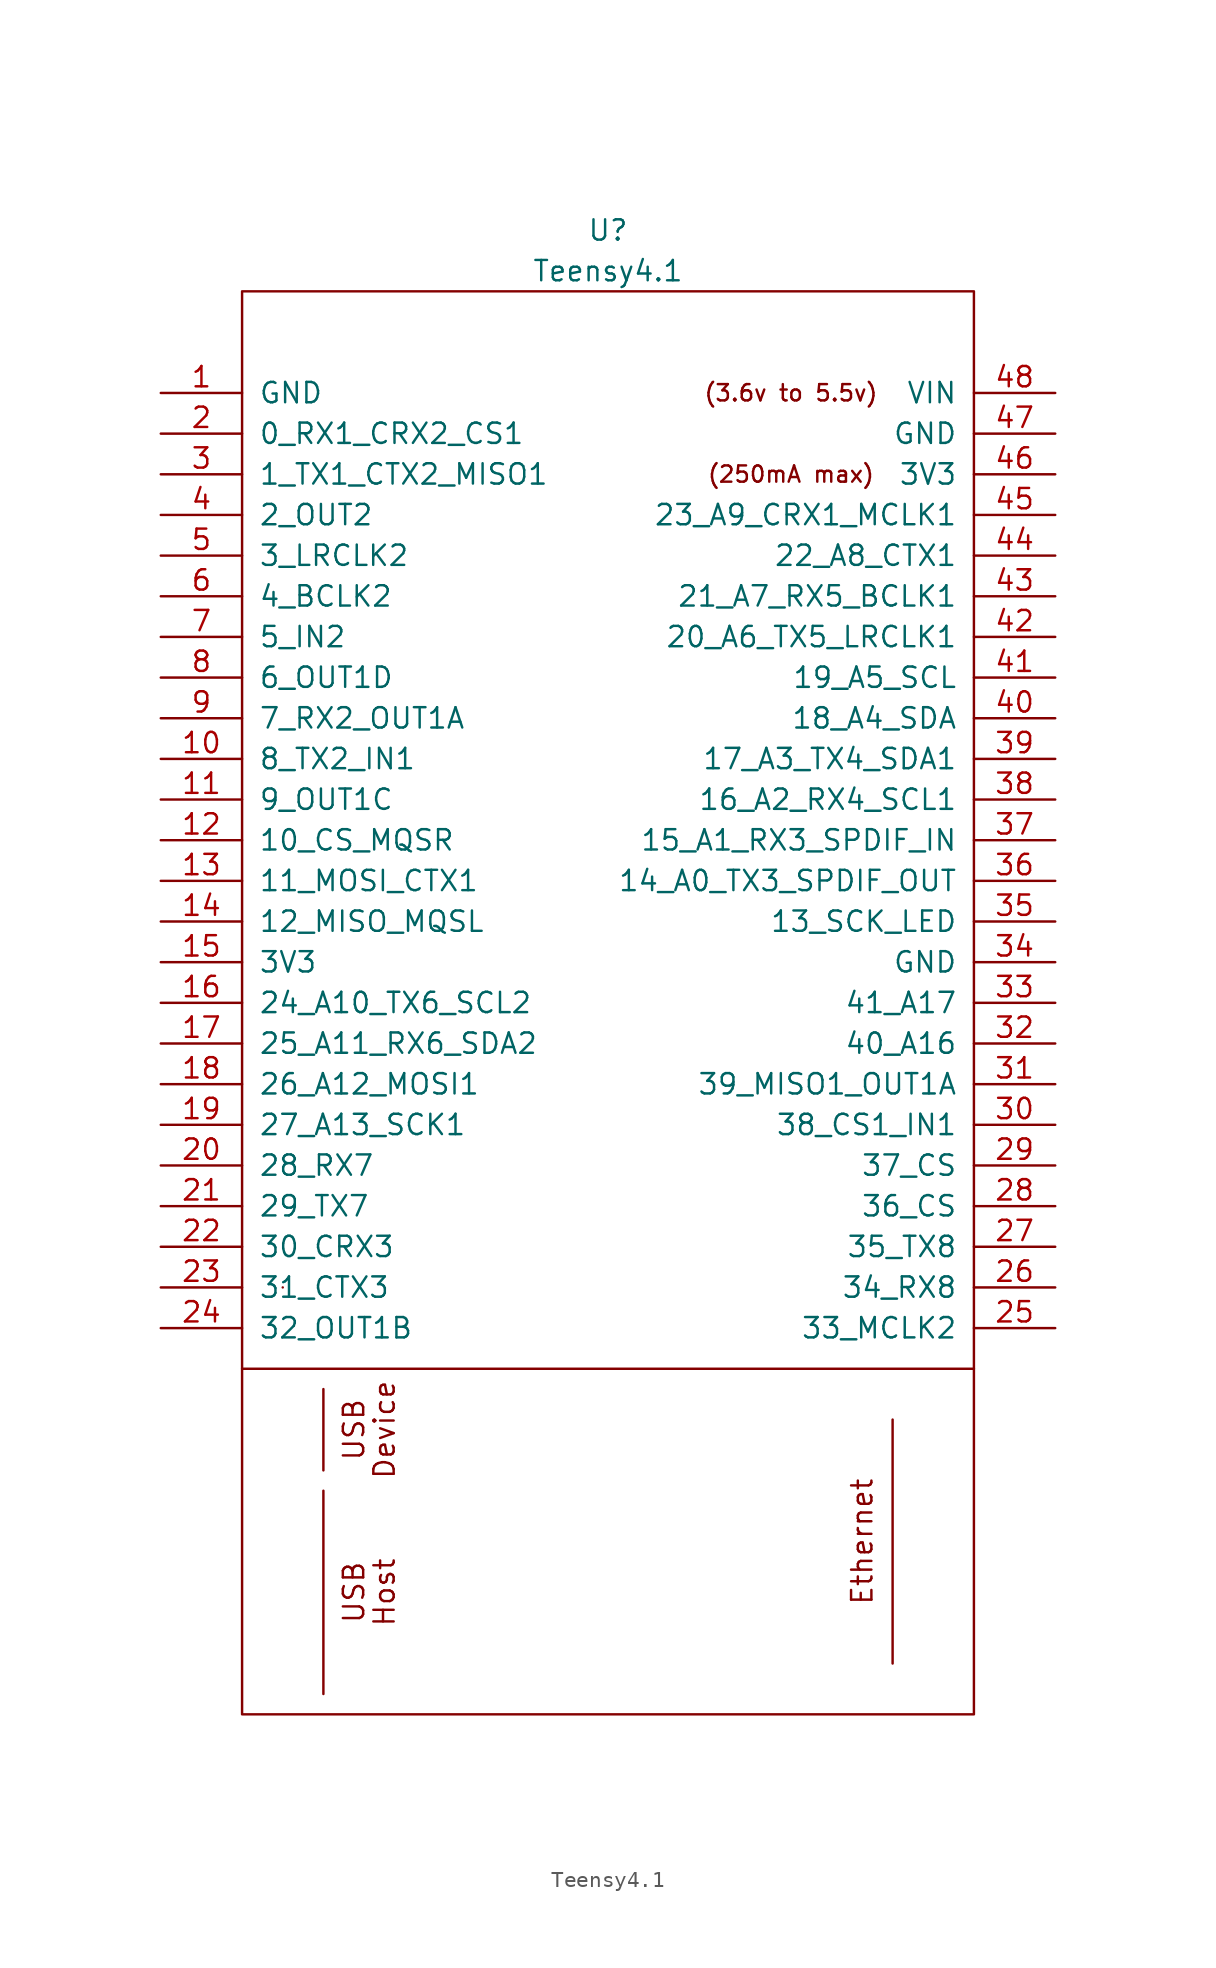
<source format=kicad_sym>
(kicad_symbol_lib
  (version 20220331)
  (generator kicad_symbol_editor)
  (symbol "Teensy4.1"
    (pin_names
      (offset 1.016))
    (property "Reference" "U"
      (at 0 64.77 0)
      (effects (font (size 1.27 1.27))))
    (property "Value" "Teensy4.1"
      (at 0 62.23 0)
      (effects (font (size 1.27 1.27))))
    (symbol "Teensy4.1_0_0"
      (polyline (pts (xy -22.86 -6.35) (xy 22.86 -6.35)) (stroke (width 0) (type solid)) (fill (type none)))
      (polyline (pts (xy -17.78 -26.67) (xy -17.78 -13.97)) (stroke (width 0) (type solid)) (fill (type none)))
      (polyline (pts (xy -17.78 -7.62) (xy -17.78 -12.7)) (stroke (width 0) (type solid)) (fill (type none)))
      (polyline (pts (xy 17.78 -9.525) (xy 17.78 -24.765)) (stroke (width 0) (type solid)) (fill (type none)))
      (text "(250mA max)" (at 11.43 49.53 0) (effects (font (size 1.016 1.016))))
      (text "(3.6v to 5.5v)" (at 11.43 54.61 0) (effects (font (size 1.016 1.016))))
      (text "Device" (at -13.97 -10.16 900) (effects (font (size 1.27 1.27))))
      (text "Ethernet" (at 15.875 -17.145 900) (effects (font (size 1.27 1.27))))
      (text "Host" (at -13.97 -20.32 900) (effects (font (size 1.27 1.27))))
      (text "USB" (at -15.875 -20.32 900) (effects (font (size 1.27 1.27))))
      (text "USB" (at -15.875 -10.16 900) (effects (font (size 1.27 1.27))))
      (pin bidirectional line (at -27.94 31.75 0) (length 5.08) (name "8_TX2_IN1" (effects (font (size 1.27 1.27)))) (number "10" (effects (font (size 1.27 1.27)))))
      (pin bidirectional line (at -27.94 29.21 0) (length 5.08) (name "9_OUT1C" (effects (font (size 1.27 1.27)))) (number "11" (effects (font (size 1.27 1.27)))))
      (pin bidirectional line (at -27.94 26.67 0) (length 5.08) (name "10_CS_MQSR" (effects (font (size 1.27 1.27)))) (number "12" (effects (font (size 1.27 1.27)))))
      (pin bidirectional line (at -27.94 24.13 0) (length 5.08) (name "11_MOSI_CTX1" (effects (font (size 1.27 1.27)))) (number "13" (effects (font (size 1.27 1.27)))))
      (pin bidirectional line (at -27.94 21.59 0) (length 5.08) (name "12_MISO_MQSL" (effects (font (size 1.27 1.27)))) (number "14" (effects (font (size 1.27 1.27)))))
      (pin power_in line (at -27.94 19.05 0) (length 5.08) (name "3V3" (effects (font (size 1.27 1.27)))) (number "15" (effects (font (size 1.27 1.27)))))
      (pin bidirectional line (at -27.94 16.51 0) (length 5.08) (name "24_A10_TX6_SCL2" (effects (font (size 1.27 1.27)))) (number "16" (effects (font (size 1.27 1.27)))))
      (pin bidirectional line (at -27.94 13.97 0) (length 5.08) (name "25_A11_RX6_SDA2" (effects (font (size 1.27 1.27)))) (number "17" (effects (font (size 1.27 1.27)))))
      (pin bidirectional line (at -27.94 11.43 0) (length 5.08) (name "26_A12_MOSI1" (effects (font (size 1.27 1.27)))) (number "18" (effects (font (size 1.27 1.27)))))
      (pin bidirectional line (at -27.94 8.89 0) (length 5.08) (name "27_A13_SCK1" (effects (font (size 1.27 1.27)))) (number "19" (effects (font (size 1.27 1.27)))))
      (pin bidirectional line (at -27.94 6.35 0) (length 5.08) (name "28_RX7" (effects (font (size 1.27 1.27)))) (number "20" (effects (font (size 1.27 1.27)))))
      (pin bidirectional line (at -27.94 3.81 0) (length 5.08) (name "29_TX7" (effects (font (size 1.27 1.27)))) (number "21" (effects (font (size 1.27 1.27)))))
      (pin bidirectional line (at -27.94 1.27 0) (length 5.08) (name "30_CRX3" (effects (font (size 1.27 1.27)))) (number "22" (effects (font (size 1.27 1.27)))))
      (pin bidirectional line (at -27.94 -1.27 0) (length 5.08) (name "31_CTX3" (effects (font (size 1.27 1.27)))) (number "23" (effects (font (size 1.27 1.27)))))
      (pin bidirectional line (at -27.94 -3.81 0) (length 5.08) (name "32_OUT1B" (effects (font (size 1.27 1.27)))) (number "24" (effects (font (size 1.27 1.27)))))
      (pin bidirectional line (at 27.94 -3.81 180) (length 5.08) (name "33_MCLK2" (effects (font (size 1.27 1.27)))) (number "25" (effects (font (size 1.27 1.27)))))
      (pin bidirectional line (at 27.94 -1.27 180) (length 5.08) (name "34_RX8" (effects (font (size 1.27 1.27)))) (number "26" (effects (font (size 1.27 1.27)))))
      (pin bidirectional line (at 27.94 1.27 180) (length 5.08) (name "35_TX8" (effects (font (size 1.27 1.27)))) (number "27" (effects (font (size 1.27 1.27)))))
      (pin bidirectional line (at 27.94 3.81 180) (length 5.08) (name "36_CS" (effects (font (size 1.27 1.27)))) (number "28" (effects (font (size 1.27 1.27)))))
      (pin bidirectional line (at 27.94 6.35 180) (length 5.08) (name "37_CS" (effects (font (size 1.27 1.27)))) (number "29" (effects (font (size 1.27 1.27)))))
      (pin bidirectional line (at 27.94 8.89 180) (length 5.08) (name "38_CS1_IN1" (effects (font (size 1.27 1.27)))) (number "30" (effects (font (size 1.27 1.27)))))
      (pin bidirectional line (at 27.94 11.43 180) (length 5.08) (name "39_MISO1_OUT1A" (effects (font (size 1.27 1.27)))) (number "31" (effects (font (size 1.27 1.27)))))
      (pin bidirectional line (at 27.94 13.97 180) (length 5.08) (name "40_A16" (effects (font (size 1.27 1.27)))) (number "32" (effects (font (size 1.27 1.27)))))
      (pin bidirectional line (at 27.94 16.51 180) (length 5.08) (name "41_A17" (effects (font (size 1.27 1.27)))) (number "33" (effects (font (size 1.27 1.27)))))
      (pin bidirectional line (at 27.94 21.59 180) (length 5.08) (name "13_SCK_LED" (effects (font (size 1.27 1.27)))) (number "35" (effects (font (size 1.27 1.27)))))
      (pin bidirectional line (at 27.94 24.13 180) (length 5.08) (name "14_A0_TX3_SPDIF_OUT" (effects (font (size 1.27 1.27)))) (number "36" (effects (font (size 1.27 1.27)))))
      (pin bidirectional line (at 27.94 26.67 180) (length 5.08) (name "15_A1_RX3_SPDIF_IN" (effects (font (size 1.27 1.27)))) (number "37" (effects (font (size 1.27 1.27)))))
      (pin bidirectional line (at 27.94 29.21 180) (length 5.08) (name "16_A2_RX4_SCL1" (effects (font (size 1.27 1.27)))) (number "38" (effects (font (size 1.27 1.27)))))
      (pin bidirectional line (at 27.94 31.75 180) (length 5.08) (name "17_A3_TX4_SDA1" (effects (font (size 1.27 1.27)))) (number "39" (effects (font (size 1.27 1.27)))))
      (pin bidirectional line (at 27.94 34.29 180) (length 5.08) (name "18_A4_SDA" (effects (font (size 1.27 1.27)))) (number "40" (effects (font (size 1.27 1.27)))))
      (pin bidirectional line (at 27.94 36.83 180) (length 5.08) (name "19_A5_SCL" (effects (font (size 1.27 1.27)))) (number "41" (effects (font (size 1.27 1.27)))))
      (pin bidirectional line (at 27.94 39.37 180) (length 5.08) (name "20_A6_TX5_LRCLK1" (effects (font (size 1.27 1.27)))) (number "42" (effects (font (size 1.27 1.27)))))
      (pin bidirectional line (at 27.94 41.91 180) (length 5.08) (name "21_A7_RX5_BCLK1" (effects (font (size 1.27 1.27)))) (number "43" (effects (font (size 1.27 1.27)))))
      (pin bidirectional line (at 27.94 44.45 180) (length 5.08) (name "22_A8_CTX1" (effects (font (size 1.27 1.27)))) (number "44" (effects (font (size 1.27 1.27)))))
      (pin bidirectional line (at 27.94 46.99 180) (length 5.08) (name "23_A9_CRX1_MCLK1" (effects (font (size 1.27 1.27)))) (number "45" (effects (font (size 1.27 1.27)))))
      (pin output line (at 27.94 49.53 180) (length 5.08) (name "3V3" (effects (font (size 1.27 1.27)))) (number "46" (effects (font (size 1.27 1.27)))))
      (pin output line (at 27.94 52.07 180) (length 5.08) (name "GND" (effects (font (size 1.27 1.27)))) (number "47" (effects (font (size 1.27 1.27)))))
      (pin power_in line (at 27.94 54.61 180) (length 5.08) (name "VIN" (effects (font (size 1.27 1.27)))) (number "48" (effects (font (size 1.27 1.27)))))
      (pin bidirectional line (at -27.94 44.45 0) (length 5.08) (name "3_LRCLK2" (effects (font (size 1.27 1.27)))) (number "5" (effects (font (size 1.27 1.27)))))
      (pin bidirectional line (at -27.94 41.91 0) (length 5.08) (name "4_BCLK2" (effects (font (size 1.27 1.27)))) (number "6" (effects (font (size 1.27 1.27)))))
      (pin bidirectional line (at -27.94 39.37 0) (length 5.08) (name "5_IN2" (effects (font (size 1.27 1.27)))) (number "7" (effects (font (size 1.27 1.27)))))
      (pin bidirectional line (at -27.94 36.83 0) (length 5.08) (name "6_OUT1D" (effects (font (size 1.27 1.27)))) (number "8" (effects (font (size 1.27 1.27)))))
      (pin bidirectional line (at -27.94 34.29 0) (length 5.08) (name "7_RX2_OUT1A" (effects (font (size 1.27 1.27)))) (number "9" (effects (font (size 1.27 1.27))))))
    (symbol "Teensy4.1_0_1"
      (rectangle (start -22.86 60.96) (end 22.86 -27.94) (stroke (width 0) (type solid)) (fill (type none)))
      (rectangle (start -20.32 -1.27) (end -20.32 -1.27) (stroke (width 0) (type solid)) (fill (type none))))
    (symbol "Teensy4.1_1_1"
      (pin power_in line (at -27.94 54.61 0) (length 5.08) (name "GND" (effects (font (size 1.27 1.27)))) (number "1" (effects (font (size 1.27 1.27)))))
      (pin bidirectional line (at -27.94 52.07 0) (length 5.08) (name "0_RX1_CRX2_CS1" (effects (font (size 1.27 1.27)))) (number "2" (effects (font (size 1.27 1.27)))))
      (pin bidirectional line (at -27.94 49.53 0) (length 5.08) (name "1_TX1_CTX2_MISO1" (effects (font (size 1.27 1.27)))) (number "3" (effects (font (size 1.27 1.27)))))
      (pin power_in line (at 27.94 19.05 180) (length 5.08) (name "GND" (effects (font (size 1.27 1.27)))) (number "34" (effects (font (size 1.27 1.27)))))
      (pin bidirectional line (at -27.94 46.99 0) (length 5.08) (name "2_OUT2" (effects (font (size 1.27 1.27)))) (number "4" (effects (font (size 1.27 1.27))))))))
</source>
